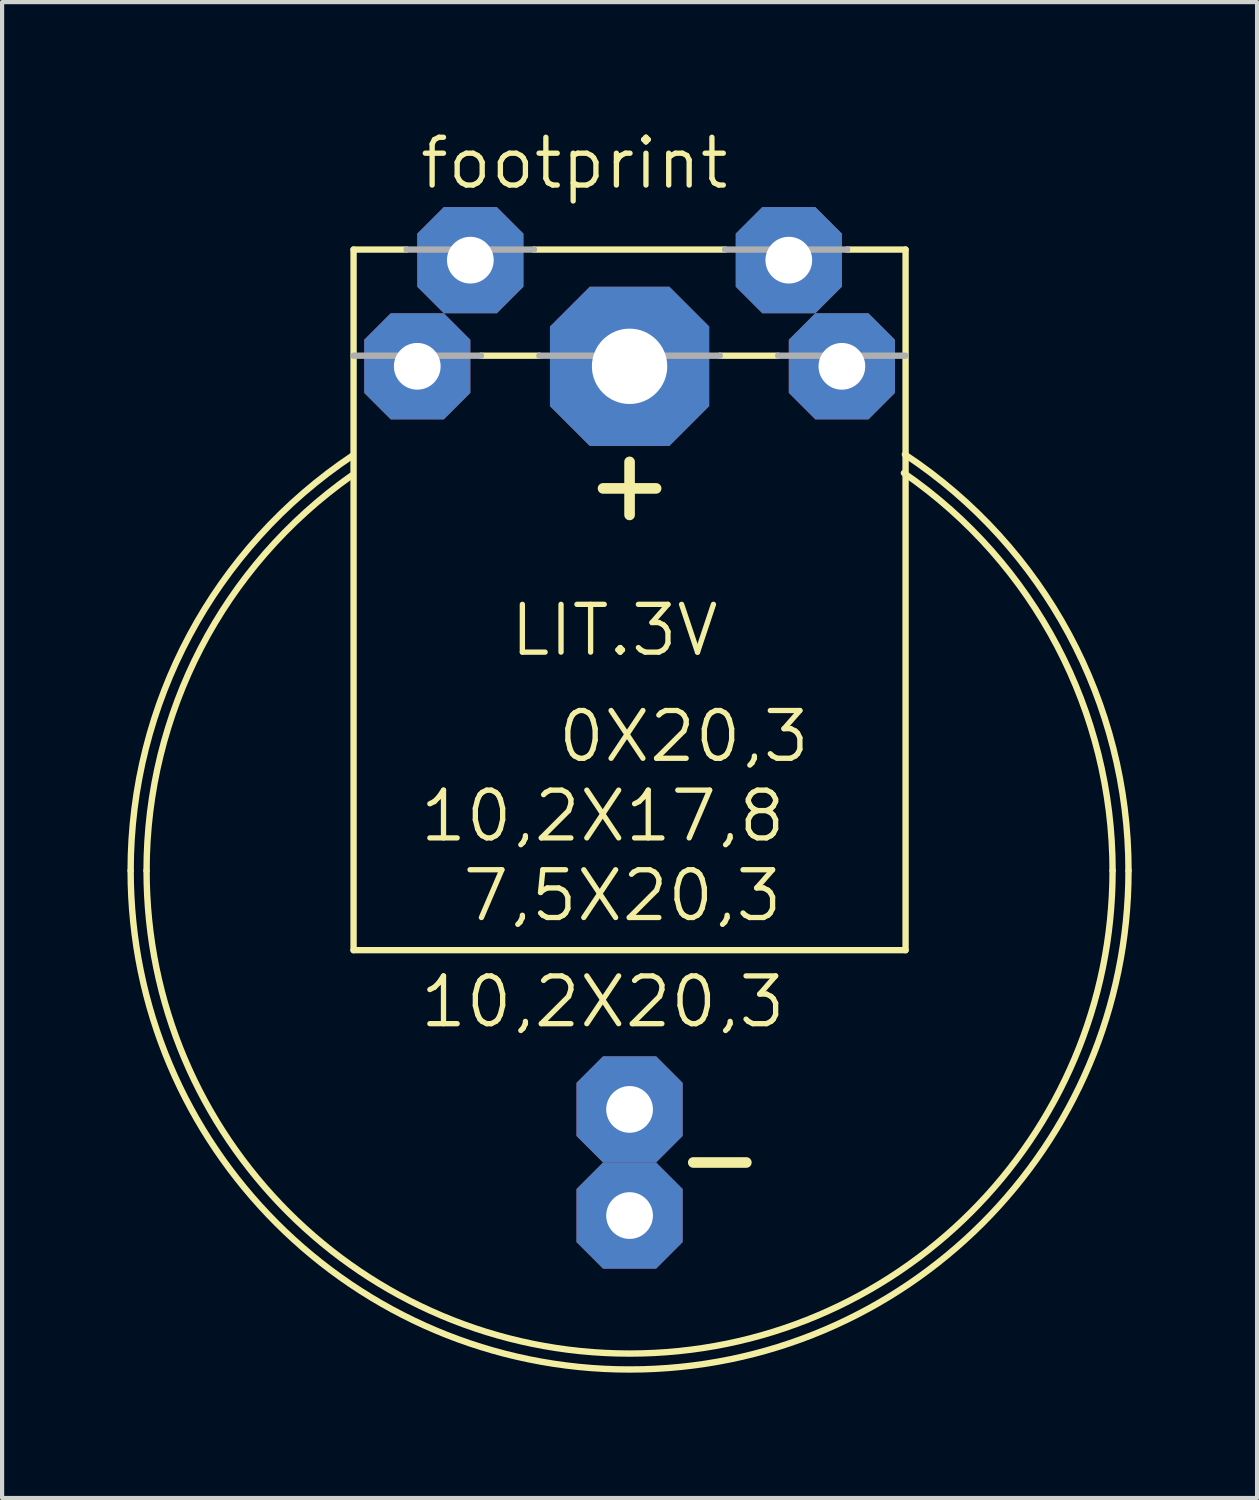
<source format=kicad_pcb>
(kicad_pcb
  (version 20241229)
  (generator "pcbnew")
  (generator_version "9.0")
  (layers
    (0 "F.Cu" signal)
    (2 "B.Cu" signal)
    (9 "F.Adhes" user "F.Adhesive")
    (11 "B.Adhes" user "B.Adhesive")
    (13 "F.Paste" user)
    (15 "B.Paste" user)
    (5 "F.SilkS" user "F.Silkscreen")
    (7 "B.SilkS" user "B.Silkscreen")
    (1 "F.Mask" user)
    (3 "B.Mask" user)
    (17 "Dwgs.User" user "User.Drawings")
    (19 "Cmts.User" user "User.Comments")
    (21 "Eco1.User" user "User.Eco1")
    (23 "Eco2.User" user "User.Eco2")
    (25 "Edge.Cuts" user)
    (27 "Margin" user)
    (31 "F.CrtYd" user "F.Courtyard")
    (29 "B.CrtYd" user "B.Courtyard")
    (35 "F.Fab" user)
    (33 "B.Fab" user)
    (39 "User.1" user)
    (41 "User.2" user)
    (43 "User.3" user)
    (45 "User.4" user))
  (footprint "footprint"
    (layer "F.Cu")
    (at 12.014 17.78)
    (property "Reference" "footprint" (at -5.08 -16.256 0) (layer "F.SilkS") (effects (font (size 1.143 1.143) (thickness 0.127)) (justify left bottom)))
    (fp_line (start -6.604 -14.859) (end -6.604 1.905) (stroke (width 0.152) (type solid)) (layer "F.SilkS"))
    (fp_line (start -6.604 -14.859) (end -5.334 -14.859) (stroke (width 0.152) (type solid)) (layer "F.SilkS"))
    (fp_line (start -6.604 1.905) (end 6.604 1.905) (stroke (width 0.152) (type solid)) (layer "F.SilkS"))
    (fp_line (start -2.159 -12.319) (end -3.556 -12.319) (stroke (width 0.152) (type solid)) (layer "F.SilkS"))
    (fp_line (start -0.635 -9.144) (end 0.635 -9.144) (stroke (width 0.254) (type solid)) (layer "F.SilkS"))
    (fp_line (start 0 -9.779) (end 0 -8.509) (stroke (width 0.254) (type solid)) (layer "F.SilkS"))
    (fp_line (start 1.524 6.985) (end 2.794 6.985) (stroke (width 0.254) (type solid)) (layer "F.SilkS"))
    (fp_line (start 2.286 -14.859) (end -2.286 -14.859) (stroke (width 0.152) (type solid)) (layer "F.SilkS"))
    (fp_line (start 3.556 -12.319) (end 2.159 -12.319) (stroke (width 0.152) (type solid)) (layer "F.SilkS"))
    (fp_line (start 6.604 -14.859) (end 5.207 -14.859) (stroke (width 0.152) (type solid)) (layer "F.SilkS"))
    (fp_line (start 6.604 1.905) (end 6.604 -14.859) (stroke (width 0.152) (type solid)) (layer "F.SilkS"))
    (fp_arc (start -11.938 0) (mid -10.525423 -5.633032) (end -6.622001 -9.933) (stroke (width 0.1524) (type solid)) (layer "F.SilkS"))
    (fp_arc (start -11.557 0) (mid -10.258374 -5.322645) (end -6.6543 -9.4491) (stroke (width 0.1524) (type solid)) (layer "F.SilkS"))
    (fp_arc (start 6.5644 -9.5117) (mid 10.233049 -5.371191) (end 11.557099 0) (stroke (width 0.1524) (type solid)) (layer "F.SilkS"))
    (fp_arc (start 6.5882 -9.9555) (mid 10.515846 -5.65094) (end 11.938001 0) (stroke (width 0.1524) (type solid)) (layer "F.SilkS"))
    (fp_arc (start 11.557 0) (mid 0 11.557) (end -11.557 0) (stroke (width 0.1524) (type solid)) (layer "F.SilkS"))
    (fp_arc (start 11.938 0) (mid 0 11.938) (end -11.938 0) (stroke (width 0.1524) (type solid)) (layer "F.SilkS"))
    (fp_line (start -3.556 -12.319) (end -6.604 -12.319) (stroke (width 0.152) (type solid)) (layer "F.Fab"))
    (fp_line (start -2.286 -14.859) (end -5.334 -14.859) (stroke (width 0.152) (type solid)) (layer "F.Fab"))
    (fp_line (start 2.159 -12.319) (end -2.159 -12.319) (stroke (width 0.152) (type solid)) (layer "F.Fab"))
    (fp_line (start 5.207 -14.859) (end 2.286 -14.859) (stroke (width 0.152) (type solid)) (layer "F.Fab"))
    (fp_line (start 6.604 -12.319) (end 3.556 -12.319) (stroke (width 0.152) (type solid)) (layer "F.Fab"))
    (fp_text user "LIT.3V" (at -2.921 -5.08 0) (layer "F.SilkS") (effects (font (size 1.143 1.143) (thickness 0.127)) (justify left bottom)))
    (fp_text user "10,2X17,8" (at -5.08 -0.635 0) (layer "F.SilkS") (effects (font (size 1.143 1.143) (thickness 0.127)) (justify left bottom)))
    (fp_text user "0X20,3" (at -1.778 -2.54 0) (layer "F.SilkS") (effects (font (size 1.143 1.143) (thickness 0.127)) (justify left bottom)))
    (fp_text user "10,2X20,3" (at -5.08 3.81 0) (layer "F.SilkS") (effects (font (size 1.143 1.143) (thickness 0.127)) (justify left bottom)))
    (fp_text user "7,5X20,3" (at -4.064 1.27 0) (layer "F.SilkS") (effects (font (size 1.143 1.143) (thickness 0.127)) (justify left bottom)))
    (pad "+" thru_hole roundrect (at 3.81 -14.605) (size 2.54 2.54) (drill 1.118) (layers "*.Cu" "*.Mask") (roundrect_rratio 0.25) (chamfer_ratio 0.25) (chamfer top_left top_right bottom_left bottom_right))
    (pad "+@1" thru_hole roundrect (at -3.81 -14.605) (size 2.54 2.54) (drill 1.118) (layers "*.Cu" "*.Mask") (roundrect_rratio 0.25) (chamfer_ratio 0.25) (chamfer top_left top_right bottom_left bottom_right))
    (pad "+@2" thru_hole roundrect (at -5.08 -12.065) (size 2.54 2.54) (drill 1.118) (layers "*.Cu" "*.Mask") (roundrect_rratio 0.25) (chamfer_ratio 0.25) (chamfer top_left top_right bottom_left bottom_right))
    (pad "+@3" thru_hole roundrect (at 5.08 -12.065) (size 2.54 2.54) (drill 1.118) (layers "*.Cu" "*.Mask") (roundrect_rratio 0.25) (chamfer_ratio 0.25) (chamfer top_left top_right bottom_left bottom_right))
    (pad "+@4" thru_hole roundrect (at 0 -12.065) (size 3.81 3.81) (drill 1.803) (layers "*.Cu" "*.Mask") (roundrect_rratio 0.25) (chamfer_ratio 0.25) (chamfer top_left top_right bottom_left bottom_right))
    (pad "-" thru_hole roundrect (at 0 5.715) (size 2.54 2.54) (drill 1.118) (layers "*.Cu" "*.Mask") (roundrect_rratio 0.25) (chamfer_ratio 0.25) (chamfer top_left top_right bottom_left bottom_right))
    (pad "-@1" thru_hole roundrect (at 0 8.255) (size 2.54 2.54) (drill 1.118) (layers "*.Cu" "*.Mask") (roundrect_rratio 0.25) (chamfer_ratio 0.25) (chamfer top_left top_right bottom_left bottom_right)))
  (gr_rect
    (start -3 -3)
    (end 27.028 32.794)
    (stroke (width 0.1) (type default))
    (fill no)
    (layer "Edge.Cuts")))
</source>
